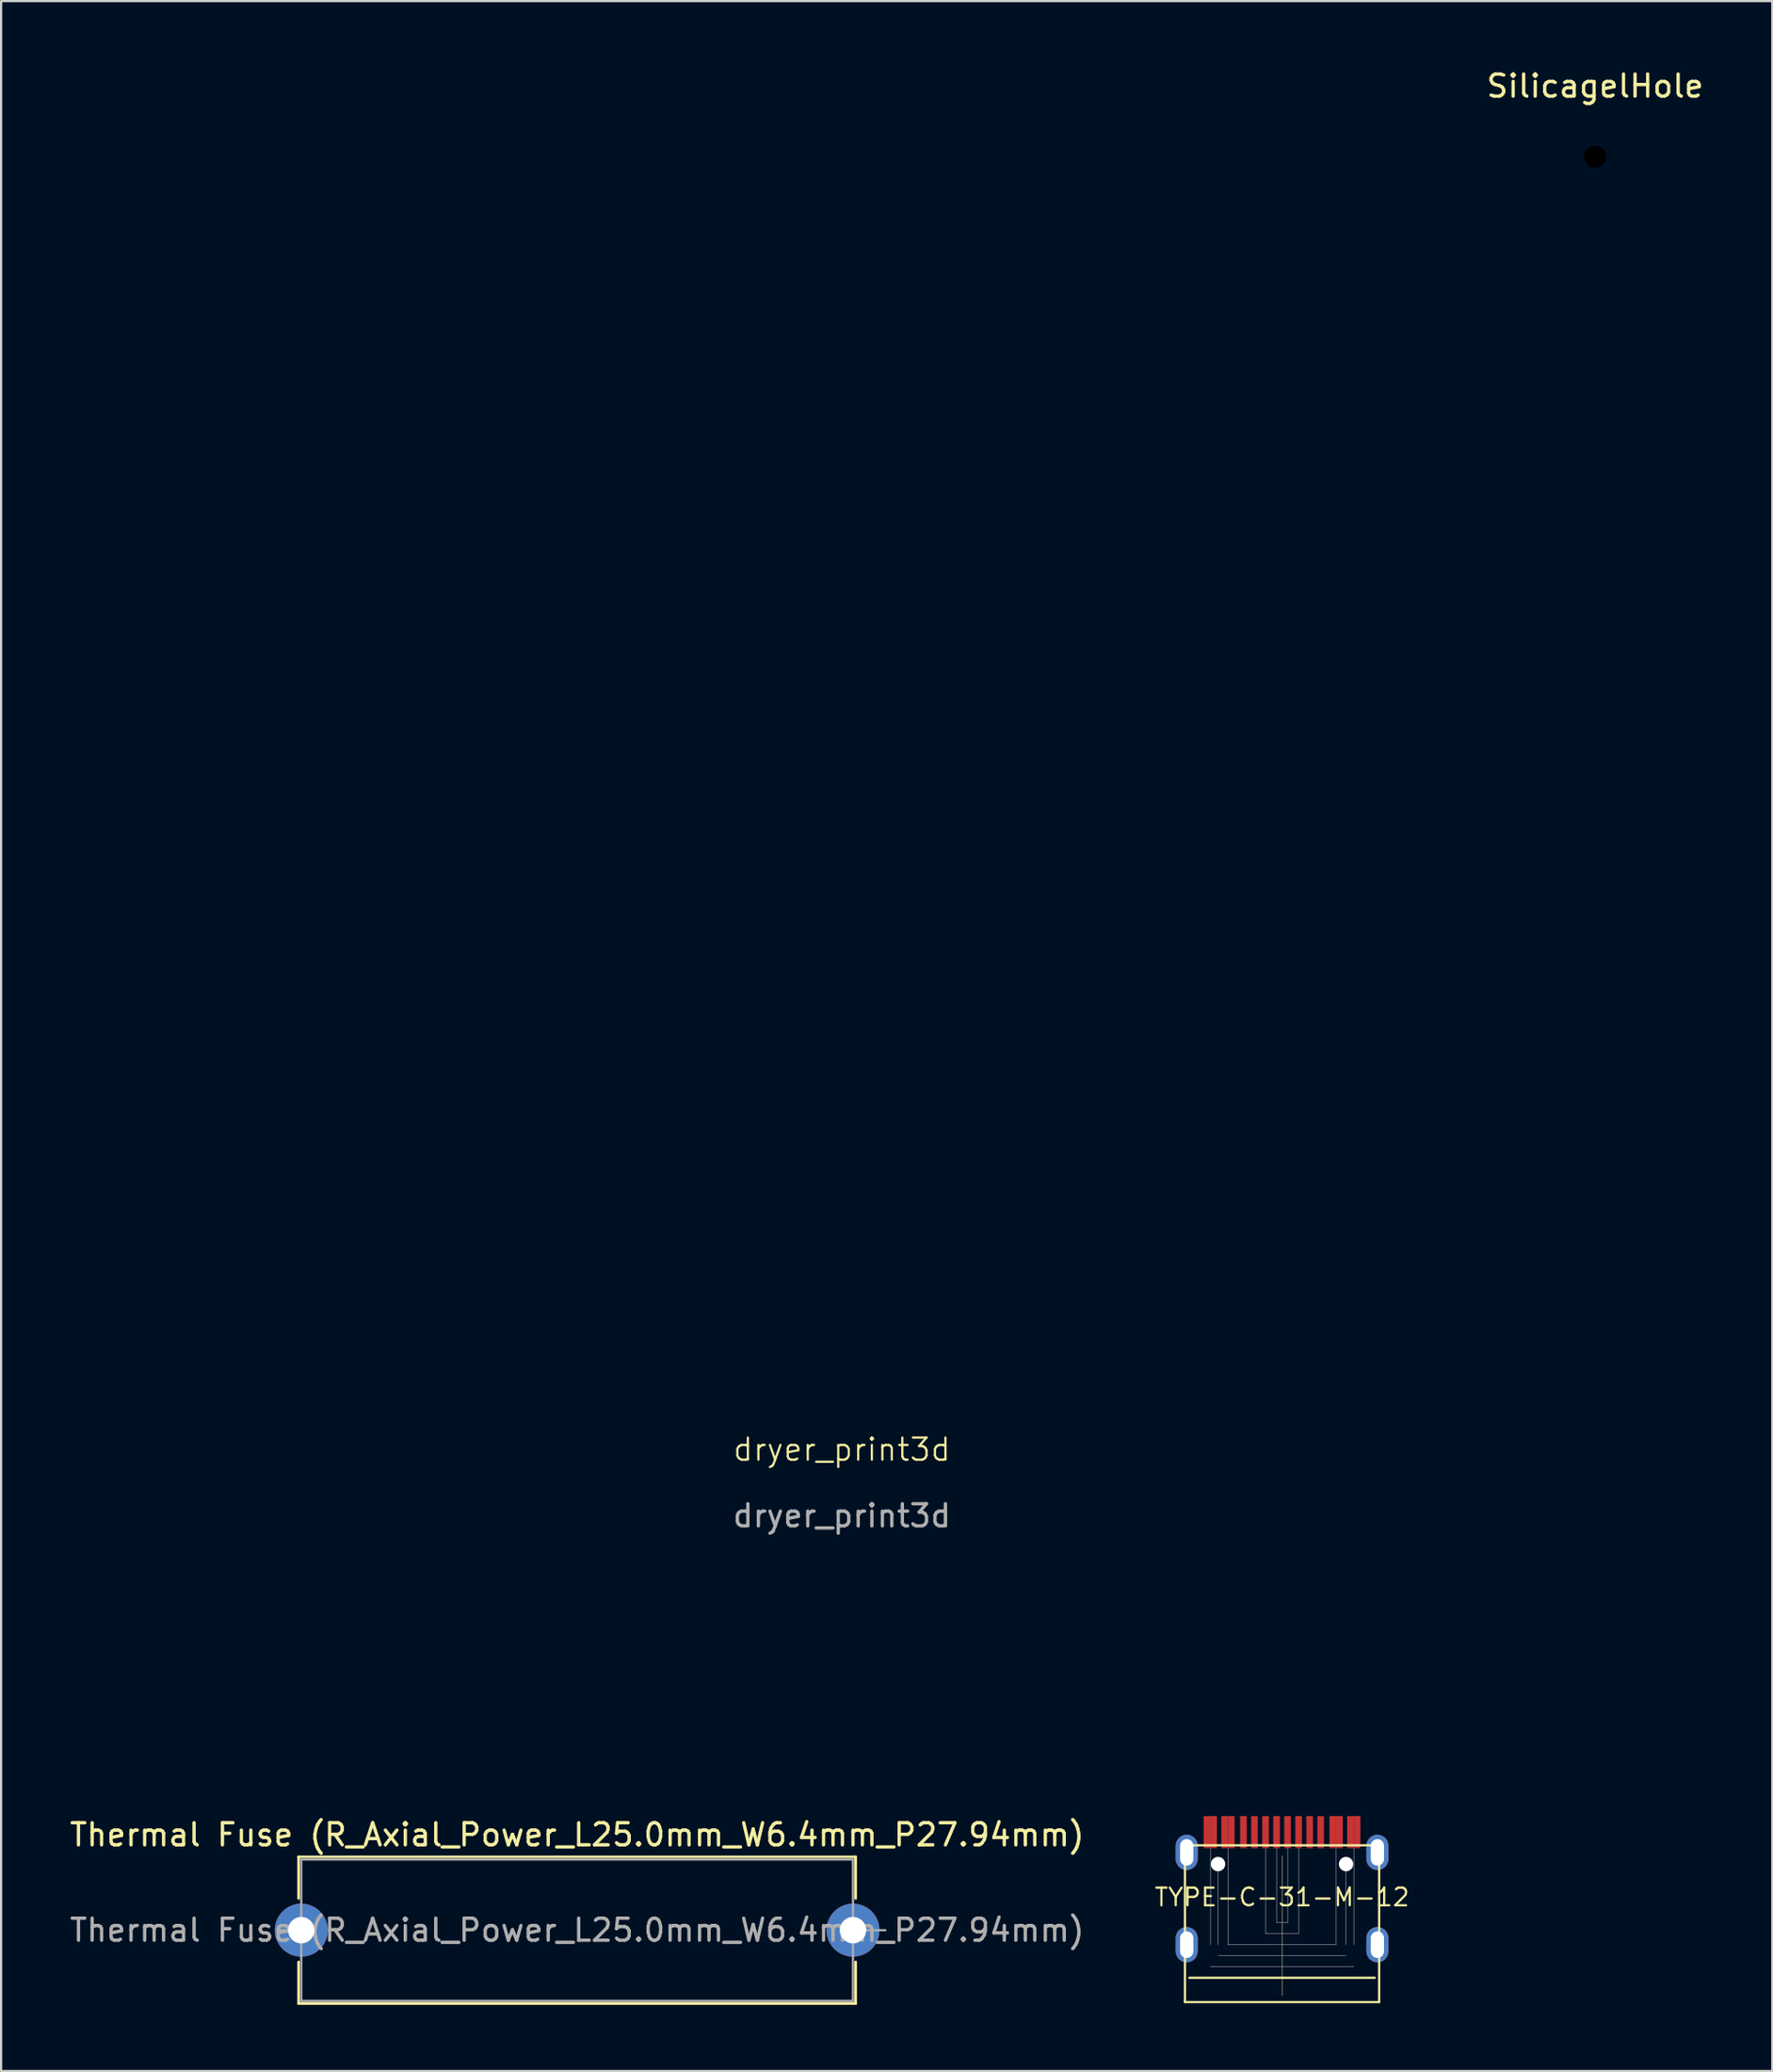
<source format=kicad_pcb>
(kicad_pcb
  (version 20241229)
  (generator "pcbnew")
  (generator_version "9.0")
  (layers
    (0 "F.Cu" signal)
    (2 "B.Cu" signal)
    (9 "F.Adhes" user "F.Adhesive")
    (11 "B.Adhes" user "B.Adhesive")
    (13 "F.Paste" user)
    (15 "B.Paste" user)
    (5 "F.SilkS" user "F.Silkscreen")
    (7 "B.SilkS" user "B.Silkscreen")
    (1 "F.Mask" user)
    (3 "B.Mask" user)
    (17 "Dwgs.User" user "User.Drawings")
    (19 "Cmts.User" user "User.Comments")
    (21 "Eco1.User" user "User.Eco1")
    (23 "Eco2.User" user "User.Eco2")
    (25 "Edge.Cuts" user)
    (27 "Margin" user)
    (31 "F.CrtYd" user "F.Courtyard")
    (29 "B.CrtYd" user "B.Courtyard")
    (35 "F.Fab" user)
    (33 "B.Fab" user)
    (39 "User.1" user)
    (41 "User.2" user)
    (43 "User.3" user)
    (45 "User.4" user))
  (footprint "Thermal Fuse (R_Axial_Power_L25.0mm_W6.4mm_P27.94mm)"
    (layer "F.Cu")
    (at 10.601 84.368)
    (property "Reference" "Thermal Fuse (R_Axial_Power_L25.0mm_W6.4mm_P27.94mm)" (at 12.5 -4.32 0) (layer "F.SilkS") (effects (font (size 1 1) (thickness 0.15))))
    (attr through_hole)
    (fp_line (start -0.12 -3.32) (end 25.12 -3.32) (stroke (width 0.12) (type solid)) (layer "F.SilkS"))
    (fp_line (start -0.12 -1.44) (end -0.12 -3.32) (stroke (width 0.12) (type solid)) (layer "F.SilkS"))
    (fp_line (start -0.12 1.44) (end -0.12 3.32) (stroke (width 0.12) (type solid)) (layer "F.SilkS"))
    (fp_line (start -0.12 3.32) (end 25.12 3.32) (stroke (width 0.12) (type solid)) (layer "F.SilkS"))
    (fp_line (start 25.12 -3.32) (end 25.12 -1.44) (stroke (width 0.12) (type solid)) (layer "F.SilkS"))
    (fp_line (start 25.12 3.32) (end 25.12 1.44) (stroke (width 0.12) (type solid)) (layer "F.SilkS"))
    (fp_line (start -1 0) (end 0.47 0) (stroke (width 0.1) (type solid)) (layer "F.Fab"))
    (fp_line (start 0 -3.2) (end 0 3.2) (stroke (width 0.1) (type solid)) (layer "F.Fab"))
    (fp_line (start 0 3.2) (end 25 3.2) (stroke (width 0.1) (type solid)) (layer "F.Fab"))
    (fp_line (start 25 -3.2) (end 0 -3.2) (stroke (width 0.1) (type solid)) (layer "F.Fab"))
    (fp_line (start 25 3.2) (end 25 -3.2) (stroke (width 0.1) (type solid)) (layer "F.Fab"))
    (fp_line (start 26.47 0) (end 25 0) (stroke (width 0.1) (type solid)) (layer "F.Fab"))
    (fp_text user "${REFERENCE}" (at 12.5 0 0) (layer "F.Fab") (effects (font (size 1 1) (thickness 0.15))))
    (pad "1" thru_hole circle (at 0 0) (size 2.4 2.4) (drill 1.2) (layers "*.Cu" "*.Mask"))
    (pad "2" thru_hole oval (at 25 0) (size 2.4 2.4) (drill 1.2) (layers "*.Cu" "*.Mask")))
  (footprint "TYPE-C-31-M-12"
    (layer "F.Cu")
    (at 55.044 85.025)
    (property "Reference" "TYPE-C-31-M-12" (at 0 -2.15 0) (layer "F.SilkS") (effects (font (size 0.8 0.8) (thickness 0.1))))
    (attr smd)
    (fp_line (start -4.4 -4.5) (end -4.4 2.6) (stroke (width 0.1) (type solid)) (layer "F.SilkS"))
    (fp_line (start -4.4 -4.5) (end 4.4 -4.5) (stroke (width 0.1) (type solid)) (layer "F.SilkS"))
    (fp_line (start 0 -4.02) (end 0 2.3) (stroke (width 0.02) (type solid)) (layer "F.SilkS"))
    (fp_line (start 4.2 1.5) (end -4.2 1.5) (stroke (width 0.1) (type solid)) (layer "F.SilkS"))
    (fp_line (start 4.4 -4.5) (end 4.4 2.6) (stroke (width 0.1) (type solid)) (layer "F.SilkS"))
    (fp_line (start 4.4 2.6) (end -4.4 2.6) (stroke (width 0.1) (type solid)) (layer "F.SilkS"))
    (fp_line (start -3.25 -4.37) (end -3.25 0) (stroke (width 0.02) (type solid)) (layer "Dwgs.User"))
    (fp_line (start -3.25 1) (end 3.25 1) (stroke (width 0.02) (type solid)) (layer "Dwgs.User"))
    (fp_line (start -2.9 -3.65) (end -2.9 0) (stroke (width 0.02) (type solid)) (layer "Dwgs.User"))
    (fp_line (start -2.89 0.5) (end 2.89 0.5) (stroke (width 0.02) (type solid)) (layer "Dwgs.User"))
    (fp_line (start -2.45 -4.37) (end -2.45 0) (stroke (width 0.02) (type solid)) (layer "Dwgs.User"))
    (fp_line (start -2.45 0) (end 2.45 0) (stroke (width 0.02) (type solid)) (layer "Dwgs.User"))
    (fp_line (start -0.75 -4.37) (end -0.75 -0.5) (stroke (width 0.02) (type solid)) (layer "Dwgs.User"))
    (fp_line (start -0.75 -0.5) (end 0.75 -0.5) (stroke (width 0.02) (type solid)) (layer "Dwgs.User"))
    (fp_line (start -0.25 -4.37) (end -0.25 -1) (stroke (width 0.02) (type solid)) (layer "Dwgs.User"))
    (fp_line (start -0.25 -1) (end 0.25 -1) (stroke (width 0.02) (type solid)) (layer "Dwgs.User"))
    (fp_line (start 0.25 -4.37) (end 0.25 -1) (stroke (width 0.02) (type solid)) (layer "Dwgs.User"))
    (fp_line (start 0.75 -4.37) (end 0.75 -0.5) (stroke (width 0.02) (type solid)) (layer "Dwgs.User"))
    (fp_line (start 2.45 -4.37) (end 2.45 0) (stroke (width 0.02) (type solid)) (layer "Dwgs.User"))
    (fp_line (start 2.9 -3.65) (end 2.9 0) (stroke (width 0.02) (type solid)) (layer "Dwgs.User"))
    (fp_line (start 3.25 -4.37) (end 3.25 0) (stroke (width 0.02) (type solid)) (layer "Dwgs.User"))
    (pad "" np_thru_hole circle (at -2.9 -3.65) (size 0.65 0.65) (drill 0.65) (layers "*.Cu" "*.Mask"))
    (pad "" np_thru_hole circle (at 2.9 -3.65) (size 0.65 0.65) (drill 0.65) (layers "*.Cu" "*.Mask"))
    (pad "A1" smd rect (at -3.4 -5.1) (size 0.3 1.45) (layers "F.Cu" "F.Mask" "F.Paste"))
    (pad "A4" smd rect (at -2.6 -5.1) (size 0.3 1.45) (layers "F.Cu" "F.Mask" "F.Paste"))
    (pad "A5" smd rect (at -1.25 -5.1) (size 0.3 1.45) (layers "F.Cu" "F.Mask" "F.Paste"))
    (pad "A6" smd rect (at -0.25 -5.1) (size 0.3 1.45) (layers "F.Cu" "F.Mask" "F.Paste"))
    (pad "A7" smd rect (at 0.25 -5.1) (size 0.3 1.45) (layers "F.Cu" "F.Mask" "F.Paste"))
    (pad "A8" smd rect (at 1.25 -5.1) (size 0.3 1.45) (layers "F.Cu" "F.Mask" "F.Paste"))
    (pad "A9" smd rect (at 2.6 -5.1) (size 0.3 1.45) (layers "F.Cu" "F.Mask" "F.Paste"))
    (pad "A12" smd rect (at 3.4 -5.1) (size 0.3 1.45) (layers "F.Cu" "F.Mask" "F.Paste"))
    (pad "B1" smd rect (at 3.1 -5.1) (size 0.3 1.45) (layers "F.Cu" "F.Mask" "F.Paste"))
    (pad "B4" smd rect (at 2.3 -5.1) (size 0.3 1.45) (layers "F.Cu" "F.Mask" "F.Paste"))
    (pad "B5" smd rect (at 1.75 -5.1) (size 0.3 1.45) (layers "F.Cu" "F.Mask" "F.Paste"))
    (pad "B6" smd rect (at 0.75 -5.1) (size 0.3 1.45) (layers "F.Cu" "F.Mask" "F.Paste"))
    (pad "B7" smd rect (at -0.75 -5.1) (size 0.3 1.45) (layers "F.Cu" "F.Mask" "F.Paste"))
    (pad "B8" smd rect (at -1.75 -5.1) (size 0.3 1.45) (layers "F.Cu" "F.Mask" "F.Paste"))
    (pad "B9" smd rect (at -2.3 -5.1) (size 0.3 1.45) (layers "F.Cu" "F.Mask" "F.Paste"))
    (pad "B12" smd rect (at -3.1 -5.1) (size 0.3 1.45) (layers "F.Cu" "F.Mask" "F.Paste"))
    (pad "S1" thru_hole roundrect (at -4.32 -4.18) (size 1 1.6) (drill oval 0.6 1.2) (layers "*.Cu" "*.Mask") (roundrect_rratio 0.5))
    (pad "S1" thru_hole roundrect (at -4.32 0) (size 1 1.6) (drill oval 0.6 1.2) (layers "*.Cu" "*.Mask") (roundrect_rratio 0.5))
    (pad "S1" thru_hole roundrect (at 4.32 -4.18) (size 1 1.6) (drill oval 0.6 1.2) (layers "*.Cu" "*.Mask") (roundrect_rratio 0.5))
    (pad "S1" thru_hole roundrect (at 4.32 0) (size 1 1.6) (drill oval 0.6 1.2) (layers "*.Cu" "*.Mask") (roundrect_rratio 0.5)))
  (footprint "SilicagelHole"
    (layer "F.Cu")
    (at 69.23 4.048)
    (property "Reference" "SilicagelHole" (at 0 -3.2 0) (layer "F.SilkS") (effects (font (size 1 1) (thickness 0.15))))
    (attr board_only exclude_from_pos_files exclude_from_bom allow_missing_courtyard)
    (fp_circle (center 0 0) (end 0.1 0) (stroke (width 0.05) (type solid)) (fill no) (layer "F.CrtYd"))
    (pad "" np_thru_hole circle (at 0 0) (size 1 1) (drill 1) (layers "*.Mask")))
  (footprint "dryer_print3d"
    (layer "F.Cu")
    (at 35.1 63.1)
    (property "Reference" "dryer_print3d" (at 0 -0.5 0) (unlocked yes) (layer "F.SilkS") (effects (font (size 1 1) (thickness 0.1))))
    (attr board_only exclude_from_bom allow_missing_courtyard)
    (fp_line (start -35 -54.499) (end -35 -49) (stroke (width 0.2) (type solid)) (layer "User.1"))
    (fp_line (start -35 -54.499) (end -32 -54.499) (stroke (width 0.2) (type solid)) (layer "User.1"))
    (fp_line (start -35 -46.08) (end -35 -54.499) (stroke (width 0.2) (type solid)) (layer "User.1"))
    (fp_line (start -35 -46.08) (end -35 -44.874) (stroke (width 0.2) (type solid)) (layer "User.1"))
    (fp_line (start -35 -44.874) (end -35 -49) (stroke (width 0.2) (type solid)) (layer "User.1"))
    (fp_line (start -35 -44.874) (end -21.63 -44.874) (stroke (width 0.2) (type solid)) (layer "User.1"))
    (fp_line (start -35 -30.666) (end -35 -15.8) (stroke (width 0.2) (type solid)) (layer "User.1"))
    (fp_line (start -35 -27) (end -35 -30.666) (stroke (width 0.2) (type solid)) (layer "User.1"))
    (fp_line (start -35 -27) (end -35 -15.8) (stroke (width 0.2) (type solid)) (layer "User.1"))
    (fp_line (start -35 -15.8) (end -17.817 -15.8) (stroke (width 0.2) (type solid)) (layer "User.1"))
    (fp_line (start -34.1 -50.9) (end -34.1 -49) (stroke (width 0.2) (type solid)) (layer "User.1"))
    (fp_line (start -34.1 -50.9) (end -23.3 -50.9) (stroke (width 0.2) (type solid)) (layer "User.1"))
    (fp_line (start -34.1 -47.232) (end -34.1 -50.9) (stroke (width 0.2) (type solid)) (layer "User.1"))
    (fp_line (start -34.1 -47.232) (end -34.1 -44.874) (stroke (width 0.2) (type solid)) (layer "User.1"))
    (fp_line (start -34.1 -44.874) (end -23.3 -44.874) (stroke (width 0.2) (type solid)) (layer "User.1"))
    (fp_line (start -34.1 -30.666) (end -34.1 -25.1) (stroke (width 0.2) (type solid)) (layer "User.1"))
    (fp_line (start -34.1 -27) (end -34.1 -30.666) (stroke (width 0.2) (type solid)) (layer "User.1"))
    (fp_line (start -34.1 -27) (end -34.1 -25.1) (stroke (width 0.2) (type solid)) (layer "User.1"))
    (fp_line (start -34.1 -25.1) (end -23.3 -25.1) (stroke (width 0.2) (type solid)) (layer "User.1"))
    (fp_line (start -32 -60.2) (end -32 -54.499) (stroke (width 0.2) (type solid)) (layer "User.1"))
    (fp_line (start -32 -60.2) (end 20 -60.2) (stroke (width 0.2) (type solid)) (layer "User.1"))
    (fp_line (start -32 -54.499) (end -35 -54.499) (stroke (width 0.2) (type solid)) (layer "User.1"))
    (fp_line (start -32 -54.499) (end -32 -60.2) (stroke (width 0.2) (type solid)) (layer "User.1"))
    (fp_line (start -23.3 -50.9) (end -34.1 -50.9) (stroke (width 0.2) (type solid)) (layer "User.1"))
    (fp_line (start -23.3 -50.9) (end -23.3 -47.232) (stroke (width 0.2) (type solid)) (layer "User.1"))
    (fp_line (start -23.3 -49) (end -23.3 -50.9) (stroke (width 0.2) (type solid)) (layer "User.1"))
    (fp_line (start -23.3 -49) (end -23.3 -44.874) (stroke (width 0.2) (type solid)) (layer "User.1"))
    (fp_line (start -23.3 -44.874) (end -21.63 -44.874) (stroke (width 0.2) (type solid)) (layer "User.1"))
    (fp_line (start -23.3 -30.666) (end -23.3 -27) (stroke (width 0.2) (type solid)) (layer "User.1"))
    (fp_line (start -23.3 -25.1) (end -23.3 -30.666) (stroke (width 0.2) (type solid)) (layer "User.1"))
    (fp_line (start -23.3 -25.1) (end -23.3 -27) (stroke (width 0.2) (type solid)) (layer "User.1"))
    (fp_line (start -23 -8.589) (end -23 0) (stroke (width 0.2) (type solid)) (layer "User.1"))
    (fp_line (start -23 0) (end -13 0) (stroke (width 0.2) (type solid)) (layer "User.1"))
    (fp_line (start -23 0) (end 23 0) (stroke (width 0.2) (type solid)) (layer "User.1"))
    (fp_line (start -21.63 -44.874) (end -21.63 -30.666) (stroke (width 0.2) (type solid)) (layer "User.1"))
    (fp_line (start -21.63 -30.666) (end -35 -30.666) (stroke (width 0.2) (type solid)) (layer "User.1"))
    (fp_line (start -21.63 -30.666) (end -23.3 -30.666) (stroke (width 0.2) (type solid)) (layer "User.1"))
    (fp_line (start -18.25 0) (end -18.25 -8.589) (stroke (width 0.2) (type solid)) (layer "User.1"))
    (fp_line (start -17.817 -15.8) (end -17.817 -8.589) (stroke (width 0.2) (type solid)) (layer "User.1"))
    (fp_line (start -17.817 -8.589) (end -23 -8.589) (stroke (width 0.2) (type solid)) (layer "User.1"))
    (fp_line (start -13 0) (end -13 1) (stroke (width 0.2) (type solid)) (layer "User.1"))
    (fp_line (start -12.9 -12.2) (end -12.9 -1.4) (stroke (width 0.2) (type solid)) (layer "User.1"))
    (fp_line (start -12.9 -1.4) (end -11 -1.4) (stroke (width 0.2) (type solid)) (layer "User.1"))
    (fp_line (start -12.9 -1.4) (end 12.9 -1.4) (stroke (width 0.2) (type solid)) (layer "User.1"))
    (fp_line (start -11 -12.2) (end -12.9 -12.2) (stroke (width 0.2) (type solid)) (layer "User.1"))
    (fp_line (start -11 -12.2) (end 11 -12.2) (stroke (width 0.2) (type solid)) (layer "User.1"))
    (fp_line (start -10 -1.4) (end -11 -1.4) (stroke (width 0.2) (type solid)) (layer "User.1"))
    (fp_line (start -10 -1.4) (end -4.5 -1.4) (stroke (width 0.2) (type solid)) (layer "User.1"))
    (fp_line (start -10 1) (end -13 1) (stroke (width 0.2) (type solid)) (layer "User.1"))
    (fp_line (start -10 1) (end -12.649 1) (stroke (width 0.2) (type solid)) (layer "User.1"))
    (fp_line (start -6 1) (end -10 1) (stroke (width 0.2) (type solid)) (layer "User.1"))
    (fp_line (start -5.5 -1.4) (end -4.5 -1.4) (stroke (width 0.2) (type solid)) (layer "User.1"))
    (fp_line (start -4 -1.4) (end 0 -1.4) (stroke (width 0.2) (type solid)) (layer "User.1"))
    (fp_line (start -4 5) (end -4 3) (stroke (width 0.2) (type solid)) (layer "User.1"))
    (fp_line (start -4 8) (end -4 5) (stroke (width 0.2) (type solid)) (layer "User.1"))
    (fp_line (start 0 -1.4) (end 5.5 -1.4) (stroke (width 0.2) (type solid)) (layer "User.1"))
    (fp_line (start 4 3) (end 4 8) (stroke (width 0.2) (type solid)) (layer "User.1"))
    (fp_line (start 4 8) (end -4 8) (stroke (width 0.2) (type solid)) (layer "User.1"))
    (fp_line (start 5.5 -1.4) (end -5.5 -1.4) (stroke (width 0.2) (type solid)) (layer "User.1"))
    (fp_line (start 11 -1.4) (end -11 -1.4) (stroke (width 0.2) (type solid)) (layer "User.1"))
    (fp_line (start 11 -1.4) (end -4 -1.4) (stroke (width 0.2) (type solid)) (layer "User.1"))
    (fp_line (start 11 -1.4) (end 12.9 -1.4) (stroke (width 0.2) (type solid)) (layer "User.1"))
    (fp_line (start 12.649 1) (end 6 1) (stroke (width 0.2) (type solid)) (layer "User.1"))
    (fp_line (start 12.9 -12.2) (end -12.9 -12.2) (stroke (width 0.2) (type solid)) (layer "User.1"))
    (fp_line (start 12.9 -12.2) (end 11 -12.2) (stroke (width 0.2) (type solid)) (layer "User.1"))
    (fp_line (start 12.9 -1.4) (end 12.9 -12.2) (stroke (width 0.2) (type solid)) (layer "User.1"))
    (fp_line (start 13 0) (end -4 0) (stroke (width 0.2) (type solid)) (layer "User.1"))
    (fp_line (start 13 0) (end 13 1) (stroke (width 0.2) (type solid)) (layer "User.1"))
    (fp_line (start 13 0) (end 23 0) (stroke (width 0.2) (type solid)) (layer "User.1"))
    (fp_line (start 13 1) (end 6 1) (stroke (width 0.2) (type solid)) (layer "User.1"))
    (fp_line (start 15.969 -15.8) (end 15.969 -8.589) (stroke (width 0.2) (type solid)) (layer "User.1"))
    (fp_line (start 15.969 -8.589) (end 23 -8.589) (stroke (width 0.2) (type solid)) (layer "User.1"))
    (fp_line (start 20 -63) (end 20 -60.2) (stroke (width 0.2) (type solid)) (layer "User.1"))
    (fp_line (start 20 -63) (end 26 -63) (stroke (width 0.2) (type solid)) (layer "User.1"))
    (fp_line (start 20 -60.2) (end -32 -60.2) (stroke (width 0.2) (type solid)) (layer "User.1"))
    (fp_line (start 20 -60.2) (end 20 -63) (stroke (width 0.2) (type solid)) (layer "User.1"))
    (fp_line (start 22.2 -56.082) (end 22.2 -15.8) (stroke (width 0.2) (type solid)) (layer "User.1"))
    (fp_line (start 22.2 -56.082) (end 26 -56.082) (stroke (width 0.2) (type solid)) (layer "User.1"))
    (fp_line (start 22.2 -46.08) (end 22.2 -56.082) (stroke (width 0.2) (type solid)) (layer "User.1"))
    (fp_line (start 22.2 -46.08) (end 22.2 -15.8) (stroke (width 0.2) (type solid)) (layer "User.1"))
    (fp_line (start 22.2 -15.8) (end 15.969 -15.8) (stroke (width 0.2) (type solid)) (layer "User.1"))
    (fp_line (start 23 -8.589) (end 23 0) (stroke (width 0.2) (type solid)) (layer "User.1"))
    (fp_line (start 26 -63) (end 20 -63) (stroke (width 0.2) (type solid)) (layer "User.1"))
    (fp_line (start 26 -63) (end 26 -56.082) (stroke (width 0.2) (type solid)) (layer "User.1"))
    (fp_line (start 26 -56.082) (end 22.2 -56.082) (stroke (width 0.2) (type solid)) (layer "User.1"))
    (fp_line (start 26 -56.082) (end 26 -63) (stroke (width 0.2) (type solid)) (layer "User.1"))
    (fp_arc (start -6 1) (mid -4.585786 1.585786) (end -4 3) (stroke (width 0.2) (type solid)) (layer "User.1"))
    (fp_arc (start 4 3) (mid 4.585786 1.585786) (end 6 1) (stroke (width 0.2) (type solid)) (layer "User.1"))
    (fp_arc (start 13 0) (mid 0 13) (end -13 0) (stroke (width 0.2) (type solid)) (layer "User.1"))
    (fp_circle (center -29 -56) (end -27.75 -56) (stroke (width 0.2) (type solid)) (fill no) (layer "User.1"))
    (fp_circle (center -29 -20) (end -27.75 -20) (stroke (width 0.2) (type solid)) (fill no) (layer "User.1"))
    (fp_circle (center -20 -5) (end -18.75 -5) (stroke (width 0.2) (type solid)) (fill no) (layer "User.1"))
    (fp_circle (center 20 -5) (end 21.25 -5) (stroke (width 0.2) (type solid)) (fill no) (layer "User.1"))
    (fp_circle (center 23 -60) (end 24.25 -60) (stroke (width 0.2) (type solid)) (fill no) (layer "User.1"))
    (fp_text user "${REFERENCE}" (at 0 2.5 0) (unlocked yes) (layer "F.Fab") (effects (font (size 1 1) (thickness 0.15)))))
  (gr_rect
    (start -3 -3)
    (end 77.26 90.748)
    (stroke (width 0.1) (type default))
    (fill no)
    (layer "Edge.Cuts")))
</source>
